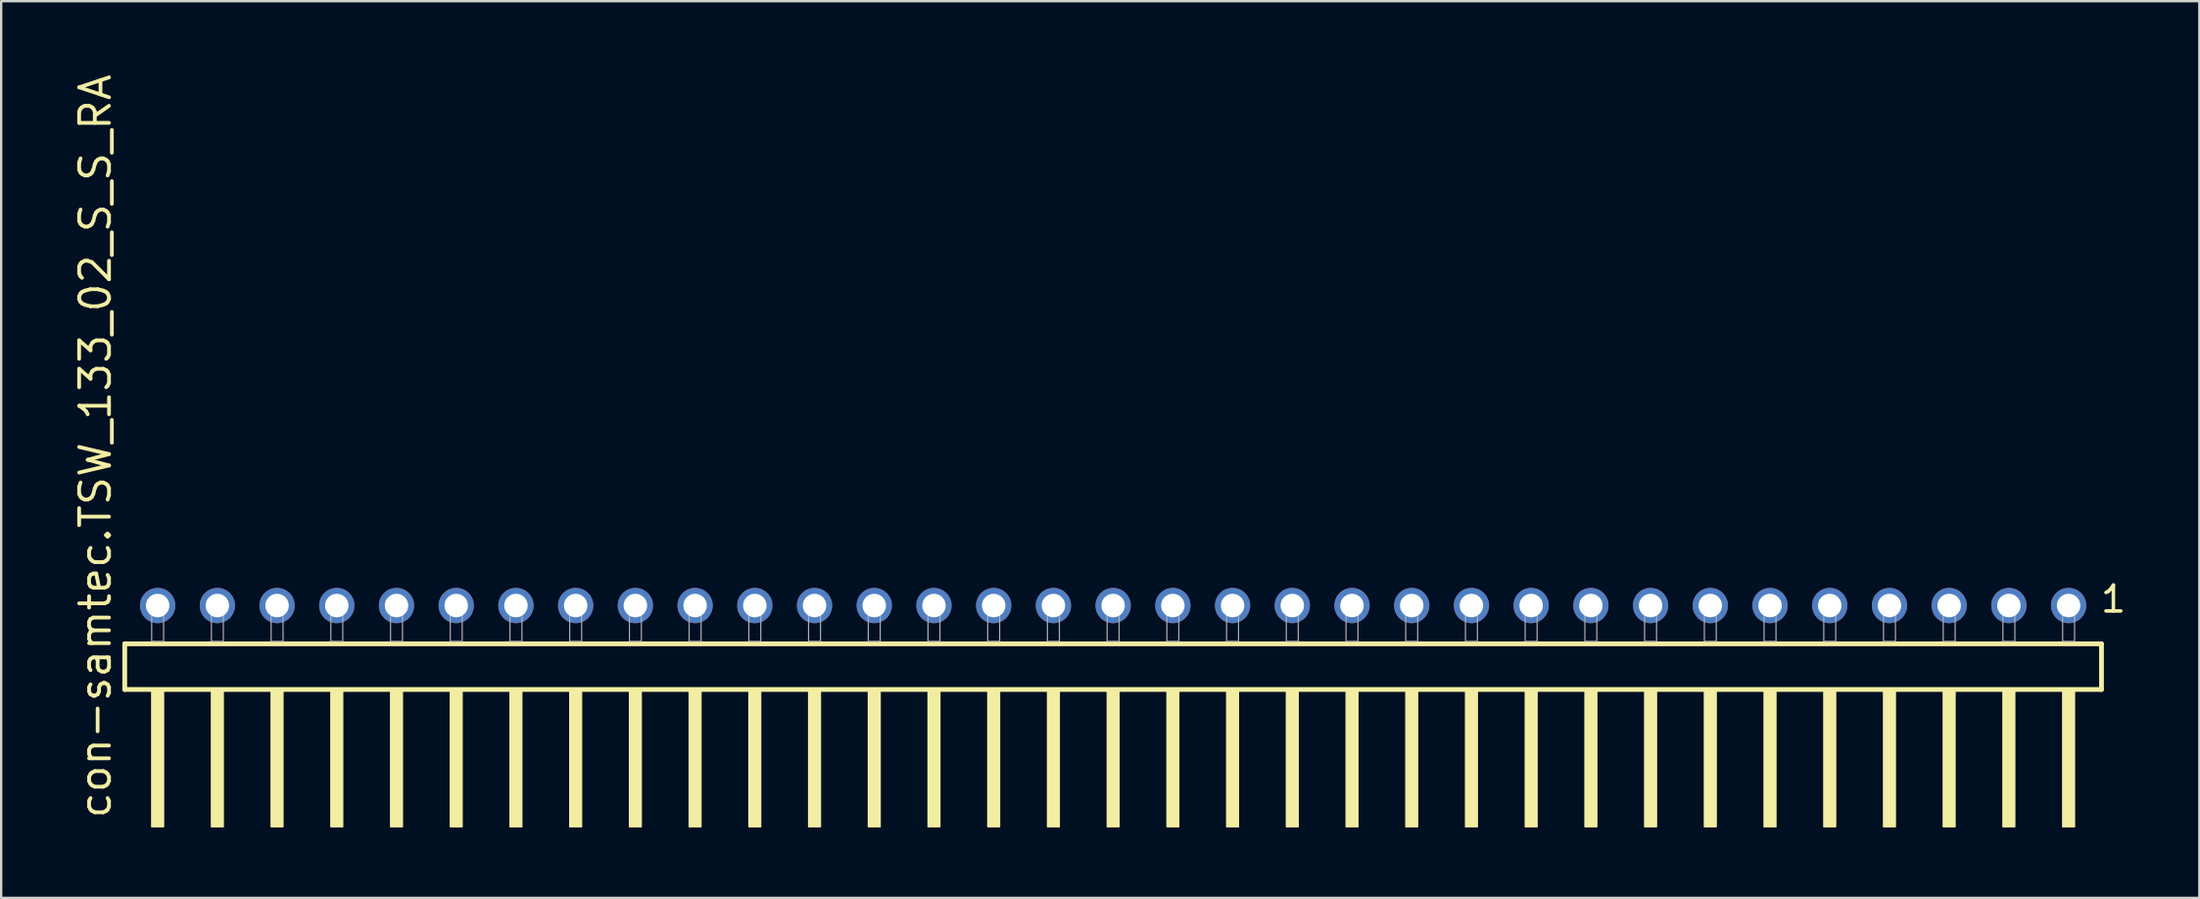
<source format=kicad_pcb>
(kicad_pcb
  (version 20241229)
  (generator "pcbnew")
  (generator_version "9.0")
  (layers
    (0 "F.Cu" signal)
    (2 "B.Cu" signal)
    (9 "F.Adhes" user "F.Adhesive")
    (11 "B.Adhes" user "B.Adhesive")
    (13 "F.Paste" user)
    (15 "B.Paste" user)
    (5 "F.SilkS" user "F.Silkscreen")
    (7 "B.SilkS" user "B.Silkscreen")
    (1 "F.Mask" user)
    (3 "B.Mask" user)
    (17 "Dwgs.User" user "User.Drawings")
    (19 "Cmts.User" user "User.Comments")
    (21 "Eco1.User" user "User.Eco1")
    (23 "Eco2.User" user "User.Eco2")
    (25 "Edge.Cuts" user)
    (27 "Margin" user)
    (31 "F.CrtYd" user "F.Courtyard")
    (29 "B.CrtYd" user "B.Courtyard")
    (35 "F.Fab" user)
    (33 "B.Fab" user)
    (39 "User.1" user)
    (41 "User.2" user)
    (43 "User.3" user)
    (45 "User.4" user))
  (footprint "con-samtec.TSW_133_02_S_S_RA"
    (layer "F.Cu")
    (at 44.295 24.235)
    (property "Reference" "con-samtec.TSW_133_02_S_S_RA" (at -42.545 7.62 90) (layer "F.SilkS") (effects (font (size 1.27 1.27) (thickness 0.16)) (justify left bottom)))
    (attr through_hole)
    (fp_line (start -42.039 0.106) (end -42.039 2.046) (stroke (width 0.203) (type default)) (layer "F.SilkS"))
    (fp_line (start -42.039 2.046) (end 42.039 2.046) (stroke (width 0.203) (type default)) (layer "F.SilkS"))
    (fp_line (start 42.039 0.106) (end -42.039 0.106) (stroke (width 0.203) (type default)) (layer "F.SilkS"))
    (fp_line (start 42.039 2.046) (end 42.039 0.106) (stroke (width 0.203) (type default)) (layer "F.SilkS"))
    (fp_rect (start -40.894 7.89) (end -40.386 2.04) (stroke (width 0.05) (type default)) (fill yes) (layer "F.SilkS"))
    (fp_rect (start -38.354 7.89) (end -37.846 2.04) (stroke (width 0.05) (type default)) (fill yes) (layer "F.SilkS"))
    (fp_rect (start -35.814 7.89) (end -35.306 2.04) (stroke (width 0.05) (type default)) (fill yes) (layer "F.SilkS"))
    (fp_rect (start -33.274 7.89) (end -32.766 2.04) (stroke (width 0.05) (type default)) (fill yes) (layer "F.SilkS"))
    (fp_rect (start -30.734 7.89) (end -30.226 2.04) (stroke (width 0.05) (type default)) (fill yes) (layer "F.SilkS"))
    (fp_rect (start -28.194 7.89) (end -27.686 2.04) (stroke (width 0.05) (type default)) (fill yes) (layer "F.SilkS"))
    (fp_rect (start -25.654 7.89) (end -25.146 2.04) (stroke (width 0.05) (type default)) (fill yes) (layer "F.SilkS"))
    (fp_rect (start -23.114 7.89) (end -22.606 2.04) (stroke (width 0.05) (type default)) (fill yes) (layer "F.SilkS"))
    (fp_rect (start -20.574 7.89) (end -20.066 2.04) (stroke (width 0.05) (type default)) (fill yes) (layer "F.SilkS"))
    (fp_rect (start -18.034 7.89) (end -17.526 2.04) (stroke (width 0.05) (type default)) (fill yes) (layer "F.SilkS"))
    (fp_rect (start -15.494 7.89) (end -14.986 2.04) (stroke (width 0.05) (type default)) (fill yes) (layer "F.SilkS"))
    (fp_rect (start -12.954 7.89) (end -12.446 2.04) (stroke (width 0.05) (type default)) (fill yes) (layer "F.SilkS"))
    (fp_rect (start -10.414 7.89) (end -9.906 2.04) (stroke (width 0.05) (type default)) (fill yes) (layer "F.SilkS"))
    (fp_rect (start -7.874 7.89) (end -7.366 2.04) (stroke (width 0.05) (type default)) (fill yes) (layer "F.SilkS"))
    (fp_rect (start -5.334 7.89) (end -4.826 2.04) (stroke (width 0.05) (type default)) (fill yes) (layer "F.SilkS"))
    (fp_rect (start -2.794 7.89) (end -2.286 2.04) (stroke (width 0.05) (type default)) (fill yes) (layer "F.SilkS"))
    (fp_rect (start -0.254 7.89) (end 0.254 2.04) (stroke (width 0.05) (type default)) (fill yes) (layer "F.SilkS"))
    (fp_rect (start 2.286 7.89) (end 2.794 2.04) (stroke (width 0.05) (type default)) (fill yes) (layer "F.SilkS"))
    (fp_rect (start 4.826 7.89) (end 5.334 2.04) (stroke (width 0.05) (type default)) (fill yes) (layer "F.SilkS"))
    (fp_rect (start 7.366 7.89) (end 7.874 2.04) (stroke (width 0.05) (type default)) (fill yes) (layer "F.SilkS"))
    (fp_rect (start 9.906 7.89) (end 10.414 2.04) (stroke (width 0.05) (type default)) (fill yes) (layer "F.SilkS"))
    (fp_rect (start 12.446 7.89) (end 12.954 2.04) (stroke (width 0.05) (type default)) (fill yes) (layer "F.SilkS"))
    (fp_rect (start 14.986 7.89) (end 15.494 2.04) (stroke (width 0.05) (type default)) (fill yes) (layer "F.SilkS"))
    (fp_rect (start 17.526 7.89) (end 18.034 2.04) (stroke (width 0.05) (type default)) (fill yes) (layer "F.SilkS"))
    (fp_rect (start 20.066 7.89) (end 20.574 2.04) (stroke (width 0.05) (type default)) (fill yes) (layer "F.SilkS"))
    (fp_rect (start 22.606 7.89) (end 23.114 2.04) (stroke (width 0.05) (type default)) (fill yes) (layer "F.SilkS"))
    (fp_rect (start 25.146 7.89) (end 25.654 2.04) (stroke (width 0.05) (type default)) (fill yes) (layer "F.SilkS"))
    (fp_rect (start 27.686 7.89) (end 28.194 2.04) (stroke (width 0.05) (type default)) (fill yes) (layer "F.SilkS"))
    (fp_rect (start 30.226 7.89) (end 30.734 2.04) (stroke (width 0.05) (type default)) (fill yes) (layer "F.SilkS"))
    (fp_rect (start 32.766 7.89) (end 33.274 2.04) (stroke (width 0.05) (type default)) (fill yes) (layer "F.SilkS"))
    (fp_rect (start 35.306 7.89) (end 35.814 2.04) (stroke (width 0.05) (type default)) (fill yes) (layer "F.SilkS"))
    (fp_rect (start 37.846 7.89) (end 38.354 2.04) (stroke (width 0.05) (type default)) (fill yes) (layer "F.SilkS"))
    (fp_rect (start 40.386 7.89) (end 40.894 2.04) (stroke (width 0.05) (type default)) (fill yes) (layer "F.SilkS"))
    (fp_rect (start -40.894 0) (end -40.386 -1.778) (stroke (width 0.05) (type default)) (fill no) (layer "F.Fab"))
    (fp_rect (start -38.354 0) (end -37.846 -1.778) (stroke (width 0.05) (type default)) (fill no) (layer "F.Fab"))
    (fp_rect (start -35.814 0) (end -35.306 -1.778) (stroke (width 0.05) (type default)) (fill no) (layer "F.Fab"))
    (fp_rect (start -33.274 0) (end -32.766 -1.778) (stroke (width 0.05) (type default)) (fill no) (layer "F.Fab"))
    (fp_rect (start -30.734 0) (end -30.226 -1.778) (stroke (width 0.05) (type default)) (fill no) (layer "F.Fab"))
    (fp_rect (start -28.194 0) (end -27.686 -1.778) (stroke (width 0.05) (type default)) (fill no) (layer "F.Fab"))
    (fp_rect (start -25.654 0) (end -25.146 -1.778) (stroke (width 0.05) (type default)) (fill no) (layer "F.Fab"))
    (fp_rect (start -23.114 0) (end -22.606 -1.778) (stroke (width 0.05) (type default)) (fill no) (layer "F.Fab"))
    (fp_rect (start -20.574 0) (end -20.066 -1.778) (stroke (width 0.05) (type default)) (fill no) (layer "F.Fab"))
    (fp_rect (start -18.034 0) (end -17.526 -1.778) (stroke (width 0.05) (type default)) (fill no) (layer "F.Fab"))
    (fp_rect (start -15.494 0) (end -14.986 -1.778) (stroke (width 0.05) (type default)) (fill no) (layer "F.Fab"))
    (fp_rect (start -12.954 0) (end -12.446 -1.778) (stroke (width 0.05) (type default)) (fill no) (layer "F.Fab"))
    (fp_rect (start -10.414 0) (end -9.906 -1.778) (stroke (width 0.05) (type default)) (fill no) (layer "F.Fab"))
    (fp_rect (start -7.874 0) (end -7.366 -1.778) (stroke (width 0.05) (type default)) (fill no) (layer "F.Fab"))
    (fp_rect (start -5.334 0) (end -4.826 -1.778) (stroke (width 0.05) (type default)) (fill no) (layer "F.Fab"))
    (fp_rect (start -2.794 0) (end -2.286 -1.778) (stroke (width 0.05) (type default)) (fill no) (layer "F.Fab"))
    (fp_rect (start -0.254 0) (end 0.254 -1.778) (stroke (width 0.05) (type default)) (fill no) (layer "F.Fab"))
    (fp_rect (start 2.286 0) (end 2.794 -1.778) (stroke (width 0.05) (type default)) (fill no) (layer "F.Fab"))
    (fp_rect (start 4.826 0) (end 5.334 -1.778) (stroke (width 0.05) (type default)) (fill no) (layer "F.Fab"))
    (fp_rect (start 7.366 0) (end 7.874 -1.778) (stroke (width 0.05) (type default)) (fill no) (layer "F.Fab"))
    (fp_rect (start 9.906 0) (end 10.414 -1.778) (stroke (width 0.05) (type default)) (fill no) (layer "F.Fab"))
    (fp_rect (start 12.446 0) (end 12.954 -1.778) (stroke (width 0.05) (type default)) (fill no) (layer "F.Fab"))
    (fp_rect (start 14.986 0) (end 15.494 -1.778) (stroke (width 0.05) (type default)) (fill no) (layer "F.Fab"))
    (fp_rect (start 17.526 0) (end 18.034 -1.778) (stroke (width 0.05) (type default)) (fill no) (layer "F.Fab"))
    (fp_rect (start 20.066 0) (end 20.574 -1.778) (stroke (width 0.05) (type default)) (fill no) (layer "F.Fab"))
    (fp_rect (start 22.606 0) (end 23.114 -1.778) (stroke (width 0.05) (type default)) (fill no) (layer "F.Fab"))
    (fp_rect (start 25.146 0) (end 25.654 -1.778) (stroke (width 0.05) (type default)) (fill no) (layer "F.Fab"))
    (fp_rect (start 27.686 0) (end 28.194 -1.778) (stroke (width 0.05) (type default)) (fill no) (layer "F.Fab"))
    (fp_rect (start 30.226 0) (end 30.734 -1.778) (stroke (width 0.05) (type default)) (fill no) (layer "F.Fab"))
    (fp_rect (start 32.766 0) (end 33.274 -1.778) (stroke (width 0.05) (type default)) (fill no) (layer "F.Fab"))
    (fp_rect (start 35.306 0) (end 35.814 -1.778) (stroke (width 0.05) (type default)) (fill no) (layer "F.Fab"))
    (fp_rect (start 37.846 0) (end 38.354 -1.778) (stroke (width 0.05) (type default)) (fill no) (layer "F.Fab"))
    (fp_rect (start 40.386 0) (end 40.894 -1.778) (stroke (width 0.05) (type default)) (fill no) (layer "F.Fab"))
    (fp_text user "1" (at 41.922 -1.152 0) (layer "F.SilkS") (effects (font (size 1.1 1.1) (thickness 0.15)) (justify left bottom)))
    (pad "1" thru_hole circle (at 40.64 -1.524 180) (size 1.5 1.5) (drill 1) (layers "*.Cu" "*.Mask"))
    (pad "2" thru_hole circle (at 38.1 -1.524 180) (size 1.5 1.5) (drill 1) (layers "*.Cu" "*.Mask"))
    (pad "3" thru_hole circle (at 35.56 -1.524 180) (size 1.5 1.5) (drill 1) (layers "*.Cu" "*.Mask"))
    (pad "4" thru_hole circle (at 33.02 -1.524 180) (size 1.5 1.5) (drill 1) (layers "*.Cu" "*.Mask"))
    (pad "5" thru_hole circle (at 30.48 -1.524 180) (size 1.5 1.5) (drill 1) (layers "*.Cu" "*.Mask"))
    (pad "6" thru_hole circle (at 27.94 -1.524 180) (size 1.5 1.5) (drill 1) (layers "*.Cu" "*.Mask"))
    (pad "7" thru_hole circle (at 25.4 -1.524 180) (size 1.5 1.5) (drill 1) (layers "*.Cu" "*.Mask"))
    (pad "8" thru_hole circle (at 22.86 -1.524 180) (size 1.5 1.5) (drill 1) (layers "*.Cu" "*.Mask"))
    (pad "9" thru_hole circle (at 20.32 -1.524 180) (size 1.5 1.5) (drill 1) (layers "*.Cu" "*.Mask"))
    (pad "10" thru_hole circle (at 17.78 -1.524 180) (size 1.5 1.5) (drill 1) (layers "*.Cu" "*.Mask"))
    (pad "11" thru_hole circle (at 15.24 -1.524 180) (size 1.5 1.5) (drill 1) (layers "*.Cu" "*.Mask"))
    (pad "12" thru_hole circle (at 12.7 -1.524 180) (size 1.5 1.5) (drill 1) (layers "*.Cu" "*.Mask"))
    (pad "13" thru_hole circle (at 10.16 -1.524 180) (size 1.5 1.5) (drill 1) (layers "*.Cu" "*.Mask"))
    (pad "14" thru_hole circle (at 7.62 -1.524 180) (size 1.5 1.5) (drill 1) (layers "*.Cu" "*.Mask"))
    (pad "15" thru_hole circle (at 5.08 -1.524 180) (size 1.5 1.5) (drill 1) (layers "*.Cu" "*.Mask"))
    (pad "16" thru_hole circle (at 2.54 -1.524 180) (size 1.5 1.5) (drill 1) (layers "*.Cu" "*.Mask"))
    (pad "17" thru_hole circle (at 0 -1.524 180) (size 1.5 1.5) (drill 1) (layers "*.Cu" "*.Mask"))
    (pad "18" thru_hole circle (at -2.54 -1.524 180) (size 1.5 1.5) (drill 1) (layers "*.Cu" "*.Mask"))
    (pad "19" thru_hole circle (at -5.08 -1.524 180) (size 1.5 1.5) (drill 1) (layers "*.Cu" "*.Mask"))
    (pad "20" thru_hole circle (at -7.62 -1.524 180) (size 1.5 1.5) (drill 1) (layers "*.Cu" "*.Mask"))
    (pad "21" thru_hole circle (at -10.16 -1.524 180) (size 1.5 1.5) (drill 1) (layers "*.Cu" "*.Mask"))
    (pad "22" thru_hole circle (at -12.7 -1.524 180) (size 1.5 1.5) (drill 1) (layers "*.Cu" "*.Mask"))
    (pad "23" thru_hole circle (at -15.24 -1.524 180) (size 1.5 1.5) (drill 1) (layers "*.Cu" "*.Mask"))
    (pad "24" thru_hole circle (at -17.78 -1.524 180) (size 1.5 1.5) (drill 1) (layers "*.Cu" "*.Mask"))
    (pad "25" thru_hole circle (at -20.32 -1.524 180) (size 1.5 1.5) (drill 1) (layers "*.Cu" "*.Mask"))
    (pad "26" thru_hole circle (at -22.86 -1.524 180) (size 1.5 1.5) (drill 1) (layers "*.Cu" "*.Mask"))
    (pad "27" thru_hole circle (at -25.4 -1.524 180) (size 1.5 1.5) (drill 1) (layers "*.Cu" "*.Mask"))
    (pad "28" thru_hole circle (at -27.94 -1.524 180) (size 1.5 1.5) (drill 1) (layers "*.Cu" "*.Mask"))
    (pad "29" thru_hole circle (at -30.48 -1.524 180) (size 1.5 1.5) (drill 1) (layers "*.Cu" "*.Mask"))
    (pad "30" thru_hole circle (at -33.02 -1.524 180) (size 1.5 1.5) (drill 1) (layers "*.Cu" "*.Mask"))
    (pad "31" thru_hole circle (at -35.56 -1.524 180) (size 1.5 1.5) (drill 1) (layers "*.Cu" "*.Mask"))
    (pad "32" thru_hole circle (at -38.1 -1.524 180) (size 1.5 1.5) (drill 1) (layers "*.Cu" "*.Mask"))
    (pad "33" thru_hole circle (at -40.64 -1.524 180) (size 1.5 1.5) (drill 1) (layers "*.Cu" "*.Mask")))
  (gr_rect
    (start -3 -3)
    (end 90.495 35.15)
    (stroke (width 0.1) (type default))
    (fill no)
    (layer "Edge.Cuts")))
</source>
